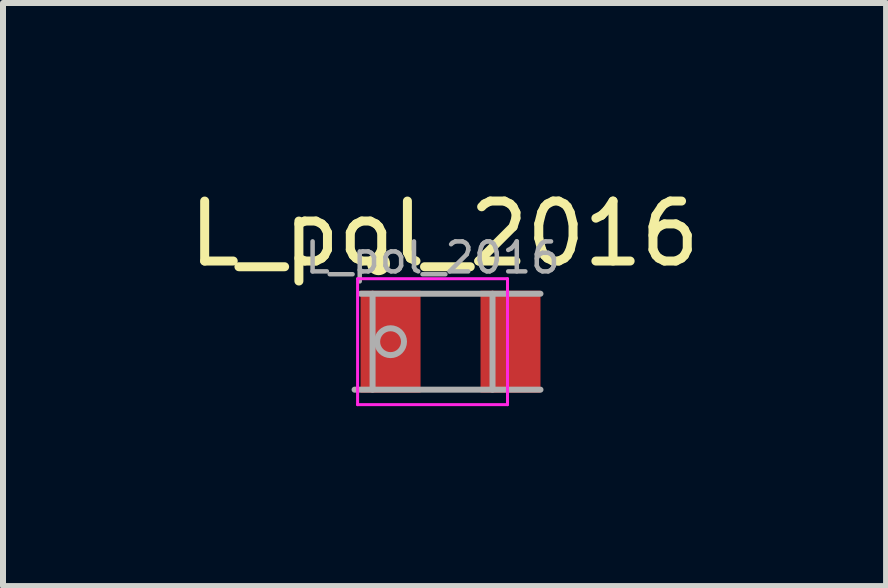
<source format=kicad_pcb>
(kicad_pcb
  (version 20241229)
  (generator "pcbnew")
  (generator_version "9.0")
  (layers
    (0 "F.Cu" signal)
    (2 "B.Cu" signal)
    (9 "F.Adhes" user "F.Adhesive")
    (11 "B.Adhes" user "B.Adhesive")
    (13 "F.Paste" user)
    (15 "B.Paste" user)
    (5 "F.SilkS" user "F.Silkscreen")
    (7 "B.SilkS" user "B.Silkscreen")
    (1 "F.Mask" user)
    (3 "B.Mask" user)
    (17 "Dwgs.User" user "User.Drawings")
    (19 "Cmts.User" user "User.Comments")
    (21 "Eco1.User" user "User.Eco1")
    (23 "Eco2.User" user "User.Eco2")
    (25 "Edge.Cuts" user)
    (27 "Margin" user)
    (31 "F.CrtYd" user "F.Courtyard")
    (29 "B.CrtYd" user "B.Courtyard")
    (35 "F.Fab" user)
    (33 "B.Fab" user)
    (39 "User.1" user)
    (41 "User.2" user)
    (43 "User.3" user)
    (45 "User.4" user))
  (footprint "L_pol_2016"
    (layer "F.Cu")
    (at 4.163 2.648)
    (property "Reference" "L_pol_2016" (at 0.2 -1.8 0) (layer "F.SilkS") (effects (font (size 1 1) (thickness 0.15))))
    (attr smd)
    (fp_circle (center -0.9 -1.3) (end -0.759 -1.3) (stroke (width 0.1) (type solid)) (fill yes) (layer "F.SilkS"))
    (fp_line (start -1.25 -1.05) (end -1.25 1.05) (stroke (width 0.05) (type solid)) (layer "F.CrtYd"))
    (fp_line (start -1.25 1.05) (end 1.25 1.05) (stroke (width 0.05) (type solid)) (layer "F.CrtYd"))
    (fp_line (start 1.25 -1.05) (end -1.25 -1.05) (stroke (width 0.05) (type solid)) (layer "F.CrtYd"))
    (fp_line (start 1.25 1.05) (end 1.25 -1.05) (stroke (width 0.05) (type solid)) (layer "F.CrtYd"))
    (fp_line (start -1.3 0.8) (end 1.8 0.8) (stroke (width 0.1) (type solid)) (layer "F.Fab"))
    (fp_line (start -1 -0.8) (end -1 0.8) (stroke (width 0.1) (type solid)) (layer "F.Fab"))
    (fp_line (start 1 0.8) (end 1 -0.8) (stroke (width 0.1) (type solid)) (layer "F.Fab"))
    (fp_line (start 1.8 -0.8) (end -1.2 -0.8) (stroke (width 0.1) (type solid)) (layer "F.Fab"))
    (fp_circle (center -0.7 0) (end -0.476 0) (stroke (width 0.1) (type solid)) (fill no) (layer "F.Fab"))
    (fp_text user "${REFERENCE}" (at 0 -1.4 0) (layer "F.Fab") (effects (font (size 0.5 0.5) (thickness 0.075))))
    (pad "1" smd rect (at -0.7 0) (size 1 1.7) (layers "F.Cu" "F.Mask" "F.Paste"))
    (pad "2" smd rect (at 1.3 0) (size 1 1.7) (layers "F.Cu" "F.Mask" "F.Paste")))
  (gr_rect
    (start -3 -3)
    (end 11.726 6.723)
    (stroke (width 0.1) (type default))
    (fill no)
    (layer "Edge.Cuts")))
</source>
